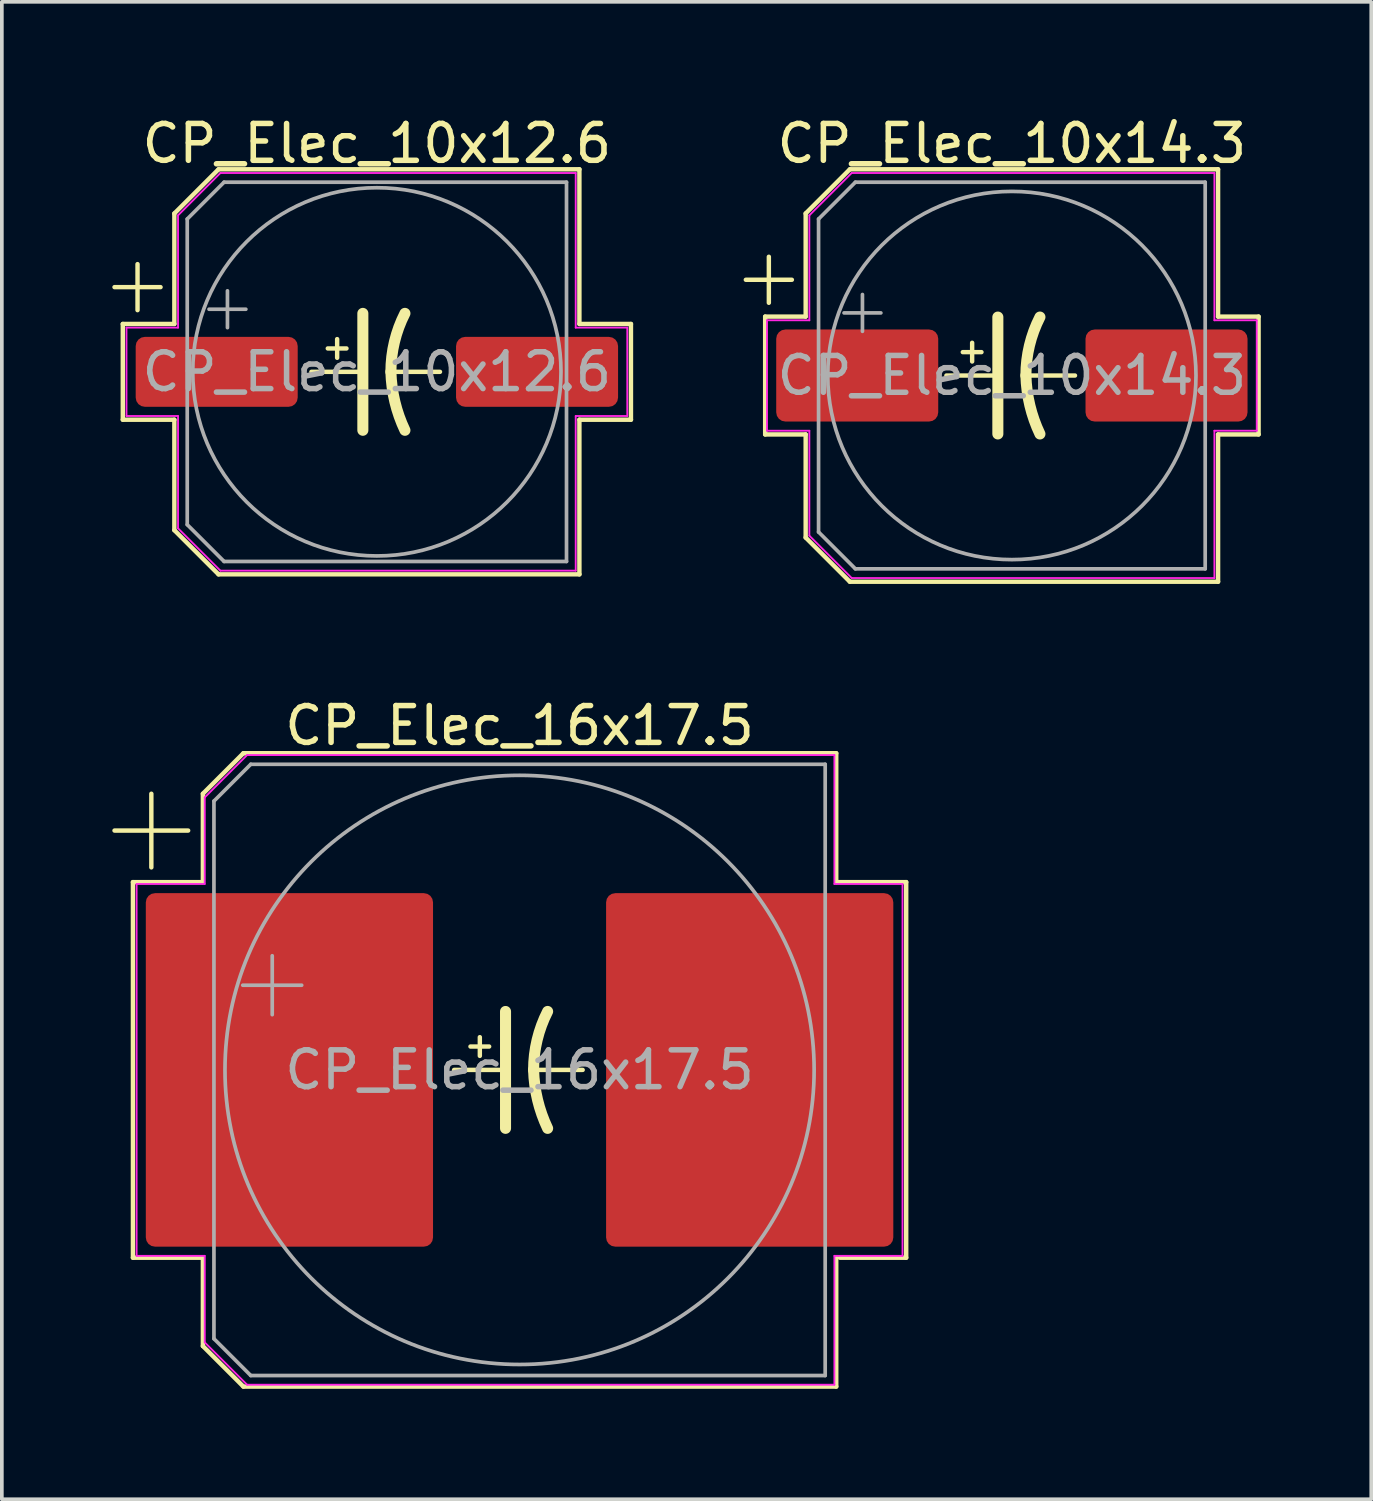
<source format=kicad_pcb>
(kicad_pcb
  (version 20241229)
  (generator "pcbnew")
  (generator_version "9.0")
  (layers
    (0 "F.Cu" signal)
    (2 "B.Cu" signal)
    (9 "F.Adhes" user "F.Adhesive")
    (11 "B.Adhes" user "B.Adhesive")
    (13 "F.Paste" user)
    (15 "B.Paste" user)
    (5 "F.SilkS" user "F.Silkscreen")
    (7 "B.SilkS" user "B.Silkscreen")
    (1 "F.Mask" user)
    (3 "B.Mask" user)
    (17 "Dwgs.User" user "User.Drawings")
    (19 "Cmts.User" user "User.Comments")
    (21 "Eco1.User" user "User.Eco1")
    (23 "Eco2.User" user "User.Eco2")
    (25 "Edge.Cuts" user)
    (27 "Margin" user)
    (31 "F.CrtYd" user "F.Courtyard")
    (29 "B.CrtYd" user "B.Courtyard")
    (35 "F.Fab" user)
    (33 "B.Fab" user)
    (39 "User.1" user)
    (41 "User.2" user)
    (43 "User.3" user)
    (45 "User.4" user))
  (footprint "CP_Elec_10x14.3"
    (layer "F.Cu")
    (at 24.43 7.148)
    (property "Reference" "CP_Elec_10x14.3" (at 0 -6.3 0) (layer "F.SilkS") (effects (font (size 1 1) (thickness 0.15))))
    (attr smd)
    (fp_line (start -7.225 -2.6) (end -5.975 -2.6) (stroke (width 0.12) (type solid)) (layer "F.SilkS"))
    (fp_line (start -6.7 -1.6) (end -6.7 1.6) (stroke (width 0.12) (type solid)) (layer "F.SilkS"))
    (fp_line (start -6.7 1.6) (end -5.6 1.6) (stroke (width 0.12) (type solid)) (layer "F.SilkS"))
    (fp_line (start -6.6 -3.225) (end -6.6 -1.975) (stroke (width 0.12) (type solid)) (layer "F.SilkS"))
    (fp_line (start -5.6 -4.4) (end -5.6 -1.6) (stroke (width 0.12) (type solid)) (layer "F.SilkS"))
    (fp_line (start -5.6 -1.6) (end -6.7 -1.6) (stroke (width 0.12) (type solid)) (layer "F.SilkS"))
    (fp_line (start -5.6 1.6) (end -5.6 4.4) (stroke (width 0.12) (type solid)) (layer "F.SilkS"))
    (fp_line (start -5.6 4.4) (end -4.4 5.6) (stroke (width 0.12) (type solid)) (layer "F.SilkS"))
    (fp_line (start -4.4 -5.6) (end -5.6 -4.4) (stroke (width 0.12) (type solid)) (layer "F.SilkS"))
    (fp_line (start -4.4 5.6) (end 5.6 5.6) (stroke (width 0.12) (type solid)) (layer "F.SilkS"))
    (fp_line (start -1.778 0) (end -0.381 0) (stroke (width 0.12) (type solid)) (layer "F.SilkS"))
    (fp_line (start -1.079 -0.381) (end -1.079 -0.889) (stroke (width 0.12) (type solid)) (layer "F.SilkS"))
    (fp_line (start -0.826 -0.635) (end -1.333 -0.635) (stroke (width 0.12) (type solid)) (layer "F.SilkS"))
    (fp_line (start -0.381 -1.587) (end -0.381 1.587) (stroke (width 0.3) (type solid)) (layer "F.SilkS"))
    (fp_line (start 1.714 0) (end 0.381 0) (stroke (width 0.12) (type solid)) (layer "F.SilkS"))
    (fp_line (start 5.6 -5.6) (end -4.4 -5.6) (stroke (width 0.12) (type solid)) (layer "F.SilkS"))
    (fp_line (start 5.6 -1.6) (end 5.6 -5.6) (stroke (width 0.12) (type solid)) (layer "F.SilkS"))
    (fp_line (start 5.6 1.6) (end 6.7 1.6) (stroke (width 0.12) (type solid)) (layer "F.SilkS"))
    (fp_line (start 5.6 5.6) (end 5.6 1.6) (stroke (width 0.12) (type solid)) (layer "F.SilkS"))
    (fp_line (start 6.7 -1.6) (end 5.6 -1.6) (stroke (width 0.12) (type solid)) (layer "F.SilkS"))
    (fp_line (start 6.7 1.6) (end 6.7 -1.6) (stroke (width 0.12) (type solid)) (layer "F.SilkS"))
    (fp_arc (start 0.381 0) (mid 0.477553 -0.816297) (end 0.762 -1.5875) (stroke (width 0.3) (type solid)) (layer "F.SilkS"))
    (fp_arc (start 0.762 1.5875) (mid 0.488774 0.813604) (end 0.381 0) (stroke (width 0.3) (type solid)) (layer "F.SilkS"))
    (fp_line (start -6.65 -1.5) (end -6.65 1.5) (stroke (width 0.05) (type solid)) (layer "F.CrtYd"))
    (fp_line (start -6.65 1.5) (end -5.5 1.5) (stroke (width 0.05) (type solid)) (layer "F.CrtYd"))
    (fp_line (start -5.5 -4.35) (end -5.5 -1.5) (stroke (width 0.05) (type solid)) (layer "F.CrtYd"))
    (fp_line (start -5.5 -4.35) (end -4.35 -5.5) (stroke (width 0.05) (type solid)) (layer "F.CrtYd"))
    (fp_line (start -5.5 -1.5) (end -6.65 -1.5) (stroke (width 0.05) (type solid)) (layer "F.CrtYd"))
    (fp_line (start -5.5 1.5) (end -5.5 4.35) (stroke (width 0.05) (type solid)) (layer "F.CrtYd"))
    (fp_line (start -5.5 4.35) (end -4.35 5.5) (stroke (width 0.05) (type solid)) (layer "F.CrtYd"))
    (fp_line (start -4.35 -5.5) (end 5.5 -5.5) (stroke (width 0.05) (type solid)) (layer "F.CrtYd"))
    (fp_line (start -4.35 5.5) (end 5.5 5.5) (stroke (width 0.05) (type solid)) (layer "F.CrtYd"))
    (fp_line (start 5.5 -5.5) (end 5.5 -1.5) (stroke (width 0.05) (type solid)) (layer "F.CrtYd"))
    (fp_line (start 5.5 -1.5) (end 6.65 -1.5) (stroke (width 0.05) (type solid)) (layer "F.CrtYd"))
    (fp_line (start 5.5 1.5) (end 5.5 5.5) (stroke (width 0.05) (type solid)) (layer "F.CrtYd"))
    (fp_line (start 6.65 -1.5) (end 6.65 1.5) (stroke (width 0.05) (type solid)) (layer "F.CrtYd"))
    (fp_line (start 6.65 1.5) (end 5.5 1.5) (stroke (width 0.05) (type solid)) (layer "F.CrtYd"))
    (fp_line (start -5.25 -4.25) (end -5.25 4.25) (stroke (width 0.1) (type solid)) (layer "F.Fab"))
    (fp_line (start -5.25 -4.25) (end -4.25 -5.25) (stroke (width 0.1) (type solid)) (layer "F.Fab"))
    (fp_line (start -5.25 4.25) (end -4.25 5.25) (stroke (width 0.1) (type solid)) (layer "F.Fab"))
    (fp_line (start -4.558 -1.7) (end -3.558 -1.7) (stroke (width 0.1) (type solid)) (layer "F.Fab"))
    (fp_line (start -4.25 -5.25) (end 5.25 -5.25) (stroke (width 0.1) (type solid)) (layer "F.Fab"))
    (fp_line (start -4.25 5.25) (end 5.25 5.25) (stroke (width 0.1) (type solid)) (layer "F.Fab"))
    (fp_line (start -4.058 -2.2) (end -4.058 -1.2) (stroke (width 0.1) (type solid)) (layer "F.Fab"))
    (fp_line (start 5.25 -5.25) (end 5.25 5.25) (stroke (width 0.1) (type solid)) (layer "F.Fab"))
    (fp_circle (center 0 0) (end 5 0) (stroke (width 0.1) (type solid)) (fill no) (layer "F.Fab"))
    (fp_text user "${REFERENCE}" (at 0 0 0) (layer "F.Fab") (effects (font (size 1 1) (thickness 0.15))))
    (pad "1" smd roundrect (at -4.2 0) (size 4.4 2.5) (layers "F.Cu" "F.Mask" "F.Paste") (roundrect_rratio 0.1))
    (pad "2" smd roundrect (at 4.2 0) (size 4.4 2.5) (layers "F.Cu" "F.Mask" "F.Paste") (roundrect_rratio 0.1)))
  (footprint "CP_Elec_16x17.5"
    (layer "F.Cu")
    (at 11.06 26.006)
    (property "Reference" "CP_Elec_16x17.5" (at 0 -9.35 0) (layer "F.SilkS") (effects (font (size 1 1) (thickness 0.15))))
    (attr smd)
    (fp_line (start -11 -6.5) (end -9 -6.5) (stroke (width 0.12) (type solid)) (layer "F.SilkS"))
    (fp_line (start -10.5 -5.1) (end -10.5 5.1) (stroke (width 0.12) (type solid)) (layer "F.SilkS"))
    (fp_line (start -10.5 5.1) (end -8.6 5.1) (stroke (width 0.12) (type solid)) (layer "F.SilkS"))
    (fp_line (start -10 -7.5) (end -10 -5.5) (stroke (width 0.12) (type solid)) (layer "F.SilkS"))
    (fp_line (start -8.6 -7.5) (end -8.6 -5.1) (stroke (width 0.12) (type solid)) (layer "F.SilkS"))
    (fp_line (start -8.6 -5.1) (end -10.5 -5.1) (stroke (width 0.12) (type solid)) (layer "F.SilkS"))
    (fp_line (start -8.6 5.1) (end -8.6 7.5) (stroke (width 0.12) (type solid)) (layer "F.SilkS"))
    (fp_line (start -8.6 7.5) (end -7.5 8.6) (stroke (width 0.12) (type solid)) (layer "F.SilkS"))
    (fp_line (start -7.5 -8.6) (end -8.6 -7.5) (stroke (width 0.12) (type solid)) (layer "F.SilkS"))
    (fp_line (start -7.5 8.6) (end 8.6 8.6) (stroke (width 0.12) (type solid)) (layer "F.SilkS"))
    (fp_line (start -7.4 -8.6) (end -7.5 -8.6) (stroke (width 0.12) (type solid)) (layer "F.SilkS"))
    (fp_line (start -1.778 0) (end -0.381 0) (stroke (width 0.12) (type solid)) (layer "F.SilkS"))
    (fp_line (start -1.079 -0.381) (end -1.079 -0.889) (stroke (width 0.12) (type solid)) (layer "F.SilkS"))
    (fp_line (start -0.826 -0.635) (end -1.333 -0.635) (stroke (width 0.12) (type solid)) (layer "F.SilkS"))
    (fp_line (start -0.381 -1.587) (end -0.381 1.587) (stroke (width 0.3) (type solid)) (layer "F.SilkS"))
    (fp_line (start 1.714 0) (end 0.381 0) (stroke (width 0.12) (type solid)) (layer "F.SilkS"))
    (fp_line (start 8.6 -8.6) (end -7.4 -8.6) (stroke (width 0.12) (type solid)) (layer "F.SilkS"))
    (fp_line (start 8.6 -5.1) (end 8.6 -8.6) (stroke (width 0.12) (type solid)) (layer "F.SilkS"))
    (fp_line (start 8.6 8.6) (end 8.6 5.1) (stroke (width 0.12) (type solid)) (layer "F.SilkS"))
    (fp_line (start 8.7 5.1) (end 10.5 5.1) (stroke (width 0.12) (type solid)) (layer "F.SilkS"))
    (fp_line (start 10.5 -5.1) (end 8.6 -5.1) (stroke (width 0.12) (type solid)) (layer "F.SilkS"))
    (fp_line (start 10.5 5.1) (end 10.5 -5.1) (stroke (width 0.12) (type solid)) (layer "F.SilkS"))
    (fp_arc (start 0.381 0) (mid 0.477553 -0.816297) (end 0.762 -1.5875) (stroke (width 0.3) (type solid)) (layer "F.SilkS"))
    (fp_arc (start 0.762 1.5875) (mid 0.488774 0.813604) (end 0.381 0) (stroke (width 0.3) (type solid)) (layer "F.SilkS"))
    (fp_line (start -10.4 -5.05) (end -10.4 5.05) (stroke (width 0.05) (type solid)) (layer "F.CrtYd"))
    (fp_line (start -10.4 5.05) (end -8.55 5.05) (stroke (width 0.05) (type solid)) (layer "F.CrtYd"))
    (fp_line (start -8.55 -7.4) (end -8.55 -5.05) (stroke (width 0.05) (type solid)) (layer "F.CrtYd"))
    (fp_line (start -8.55 -7.4) (end -7.4 -8.55) (stroke (width 0.05) (type solid)) (layer "F.CrtYd"))
    (fp_line (start -8.55 -5.05) (end -10.4 -5.05) (stroke (width 0.05) (type solid)) (layer "F.CrtYd"))
    (fp_line (start -8.55 5.05) (end -8.55 7.4) (stroke (width 0.05) (type solid)) (layer "F.CrtYd"))
    (fp_line (start -8.55 7.4) (end -7.4 8.55) (stroke (width 0.05) (type solid)) (layer "F.CrtYd"))
    (fp_line (start -7.4 -8.55) (end 8.55 -8.55) (stroke (width 0.05) (type solid)) (layer "F.CrtYd"))
    (fp_line (start -7.4 8.55) (end 8.55 8.55) (stroke (width 0.05) (type solid)) (layer "F.CrtYd"))
    (fp_line (start 8.55 -8.55) (end 8.55 -5.05) (stroke (width 0.05) (type solid)) (layer "F.CrtYd"))
    (fp_line (start 8.55 -5.05) (end 10.4 -5.05) (stroke (width 0.05) (type solid)) (layer "F.CrtYd"))
    (fp_line (start 8.55 5.05) (end 8.55 8.55) (stroke (width 0.05) (type solid)) (layer "F.CrtYd"))
    (fp_line (start 10.4 -5.05) (end 10.4 5.05) (stroke (width 0.05) (type solid)) (layer "F.CrtYd"))
    (fp_line (start 10.4 5.05) (end 8.55 5.05) (stroke (width 0.05) (type solid)) (layer "F.CrtYd"))
    (fp_line (start -8.3 -7.3) (end -8.3 7.3) (stroke (width 0.1) (type solid)) (layer "F.Fab"))
    (fp_line (start -8.3 -7.3) (end -7.3 -8.3) (stroke (width 0.1) (type solid)) (layer "F.Fab"))
    (fp_line (start -8.3 7.3) (end -7.3 8.3) (stroke (width 0.1) (type solid)) (layer "F.Fab"))
    (fp_line (start -7.517 -2.3) (end -5.917 -2.3) (stroke (width 0.1) (type solid)) (layer "F.Fab"))
    (fp_line (start -7.3 -8.3) (end 8.3 -8.3) (stroke (width 0.1) (type solid)) (layer "F.Fab"))
    (fp_line (start -7.3 8.3) (end 8.3 8.3) (stroke (width 0.1) (type solid)) (layer "F.Fab"))
    (fp_line (start -6.717 -3.1) (end -6.717 -1.5) (stroke (width 0.1) (type solid)) (layer "F.Fab"))
    (fp_line (start 8.3 -8.3) (end 8.3 8.3) (stroke (width 0.1) (type solid)) (layer "F.Fab"))
    (fp_circle (center 0 0) (end 8 0) (stroke (width 0.1) (type solid)) (fill no) (layer "F.Fab"))
    (fp_text user "${REFERENCE}" (at 0 0 0) (layer "F.Fab") (effects (font (size 1 1) (thickness 0.15))))
    (pad "1" smd roundrect (at -6.25 0) (size 7.8 9.6) (layers "F.Cu" "F.Mask" "F.Paste") (roundrect_rratio 0.032))
    (pad "2" smd roundrect (at 6.25 0) (size 7.8 9.6) (layers "F.Cu" "F.Mask" "F.Paste") (roundrect_rratio 0.032)))
  (footprint "CP_Elec_10x12.6"
    (layer "F.Cu")
    (at 7.185 7.048)
    (property "Reference" "CP_Elec_10x12.6" (at 0 -6.2 0) (layer "F.SilkS") (effects (font (size 1 1) (thickness 0.15))))
    (attr smd)
    (fp_line (start -7.125 -2.3) (end -5.875 -2.3) (stroke (width 0.12) (type solid)) (layer "F.SilkS"))
    (fp_line (start -6.9 -1.3) (end -6.9 1.3) (stroke (width 0.12) (type solid)) (layer "F.SilkS"))
    (fp_line (start -6.9 1.3) (end -5.5 1.3) (stroke (width 0.12) (type solid)) (layer "F.SilkS"))
    (fp_line (start -6.5 -2.925) (end -6.5 -1.675) (stroke (width 0.12) (type solid)) (layer "F.SilkS"))
    (fp_line (start -5.5 -4.3) (end -5.5 -1.3) (stroke (width 0.12) (type solid)) (layer "F.SilkS"))
    (fp_line (start -5.5 -1.3) (end -6.9 -1.3) (stroke (width 0.12) (type solid)) (layer "F.SilkS"))
    (fp_line (start -5.5 1.3) (end -5.5 4.3) (stroke (width 0.12) (type solid)) (layer "F.SilkS"))
    (fp_line (start -5.5 4.3) (end -4.3 5.5) (stroke (width 0.12) (type solid)) (layer "F.SilkS"))
    (fp_line (start -4.3 -5.5) (end -5.5 -4.3) (stroke (width 0.12) (type solid)) (layer "F.SilkS"))
    (fp_line (start -4.3 5.5) (end 5.5 5.5) (stroke (width 0.12) (type solid)) (layer "F.SilkS"))
    (fp_line (start -1.778 0) (end -0.381 0) (stroke (width 0.12) (type solid)) (layer "F.SilkS"))
    (fp_line (start -1.079 -0.381) (end -1.079 -0.889) (stroke (width 0.12) (type solid)) (layer "F.SilkS"))
    (fp_line (start -0.826 -0.635) (end -1.333 -0.635) (stroke (width 0.12) (type solid)) (layer "F.SilkS"))
    (fp_line (start -0.381 -1.587) (end -0.381 1.587) (stroke (width 0.3) (type solid)) (layer "F.SilkS"))
    (fp_line (start 1.714 0) (end 0.381 0) (stroke (width 0.12) (type solid)) (layer "F.SilkS"))
    (fp_line (start 5.5 -5.5) (end -4.3 -5.5) (stroke (width 0.12) (type solid)) (layer "F.SilkS"))
    (fp_line (start 5.5 -1.3) (end 5.5 -5.5) (stroke (width 0.12) (type solid)) (layer "F.SilkS"))
    (fp_line (start 5.5 1.3) (end 6.9 1.3) (stroke (width 0.12) (type solid)) (layer "F.SilkS"))
    (fp_line (start 5.5 5.5) (end 5.5 1.3) (stroke (width 0.12) (type solid)) (layer "F.SilkS"))
    (fp_line (start 6.9 -1.3) (end 5.5 -1.3) (stroke (width 0.12) (type solid)) (layer "F.SilkS"))
    (fp_line (start 6.9 1.3) (end 6.9 -1.3) (stroke (width 0.12) (type solid)) (layer "F.SilkS"))
    (fp_arc (start 0.381 0) (mid 0.477553 -0.816297) (end 0.762 -1.5875) (stroke (width 0.3) (type solid)) (layer "F.SilkS"))
    (fp_arc (start 0.762 1.5875) (mid 0.488774 0.813604) (end 0.381 0) (stroke (width 0.3) (type solid)) (layer "F.SilkS"))
    (fp_line (start -6.8 -1.2) (end -6.8 1.2) (stroke (width 0.05) (type solid)) (layer "F.CrtYd"))
    (fp_line (start -6.8 1.2) (end -5.4 1.2) (stroke (width 0.05) (type solid)) (layer "F.CrtYd"))
    (fp_line (start -5.4 -4.25) (end -5.4 -1.2) (stroke (width 0.05) (type solid)) (layer "F.CrtYd"))
    (fp_line (start -5.4 -4.25) (end -4.25 -5.4) (stroke (width 0.05) (type solid)) (layer "F.CrtYd"))
    (fp_line (start -5.4 -1.2) (end -6.8 -1.2) (stroke (width 0.05) (type solid)) (layer "F.CrtYd"))
    (fp_line (start -5.4 1.2) (end -5.4 4.25) (stroke (width 0.05) (type solid)) (layer "F.CrtYd"))
    (fp_line (start -5.4 4.25) (end -4.25 5.4) (stroke (width 0.05) (type solid)) (layer "F.CrtYd"))
    (fp_line (start -4.25 -5.4) (end 5.4 -5.4) (stroke (width 0.05) (type solid)) (layer "F.CrtYd"))
    (fp_line (start -4.25 5.4) (end 5.4 5.4) (stroke (width 0.05) (type solid)) (layer "F.CrtYd"))
    (fp_line (start 5.4 -5.4) (end 5.4 -1.2) (stroke (width 0.05) (type solid)) (layer "F.CrtYd"))
    (fp_line (start 5.4 -1.2) (end 6.8 -1.2) (stroke (width 0.05) (type solid)) (layer "F.CrtYd"))
    (fp_line (start 5.4 1.2) (end 5.4 5.4) (stroke (width 0.05) (type solid)) (layer "F.CrtYd"))
    (fp_line (start 6.8 -1.2) (end 6.8 1.2) (stroke (width 0.05) (type solid)) (layer "F.CrtYd"))
    (fp_line (start 6.8 1.2) (end 5.4 1.2) (stroke (width 0.05) (type solid)) (layer "F.CrtYd"))
    (fp_line (start -5.15 -4.15) (end -5.15 4.15) (stroke (width 0.1) (type solid)) (layer "F.Fab"))
    (fp_line (start -5.15 -4.15) (end -4.15 -5.15) (stroke (width 0.1) (type solid)) (layer "F.Fab"))
    (fp_line (start -5.15 4.15) (end -4.15 5.15) (stroke (width 0.1) (type solid)) (layer "F.Fab"))
    (fp_line (start -4.558 -1.7) (end -3.558 -1.7) (stroke (width 0.1) (type solid)) (layer "F.Fab"))
    (fp_line (start -4.15 -5.15) (end 5.15 -5.15) (stroke (width 0.1) (type solid)) (layer "F.Fab"))
    (fp_line (start -4.15 5.15) (end 5.15 5.15) (stroke (width 0.1) (type solid)) (layer "F.Fab"))
    (fp_line (start -4.058 -2.2) (end -4.058 -1.2) (stroke (width 0.1) (type solid)) (layer "F.Fab"))
    (fp_line (start 5.15 -5.15) (end 5.15 5.15) (stroke (width 0.1) (type solid)) (layer "F.Fab"))
    (fp_circle (center 0 0) (end 5 0) (stroke (width 0.1) (type solid)) (fill no) (layer "F.Fab"))
    (fp_text user "${REFERENCE}" (at 0 0 0) (layer "F.Fab") (effects (font (size 1 1) (thickness 0.15))))
    (pad "1" smd roundrect (at -4.35 0) (size 4.4 1.9) (layers "F.Cu" "F.Mask" "F.Paste") (roundrect_rratio 0.132))
    (pad "2" smd roundrect (at 4.35 0) (size 4.4 1.9) (layers "F.Cu" "F.Mask" "F.Paste") (roundrect_rratio 0.132)))
  (gr_rect
    (start -3 -3)
    (end 34.19 37.666)
    (stroke (width 0.1) (type default))
    (fill no)
    (layer "Edge.Cuts")))
</source>
